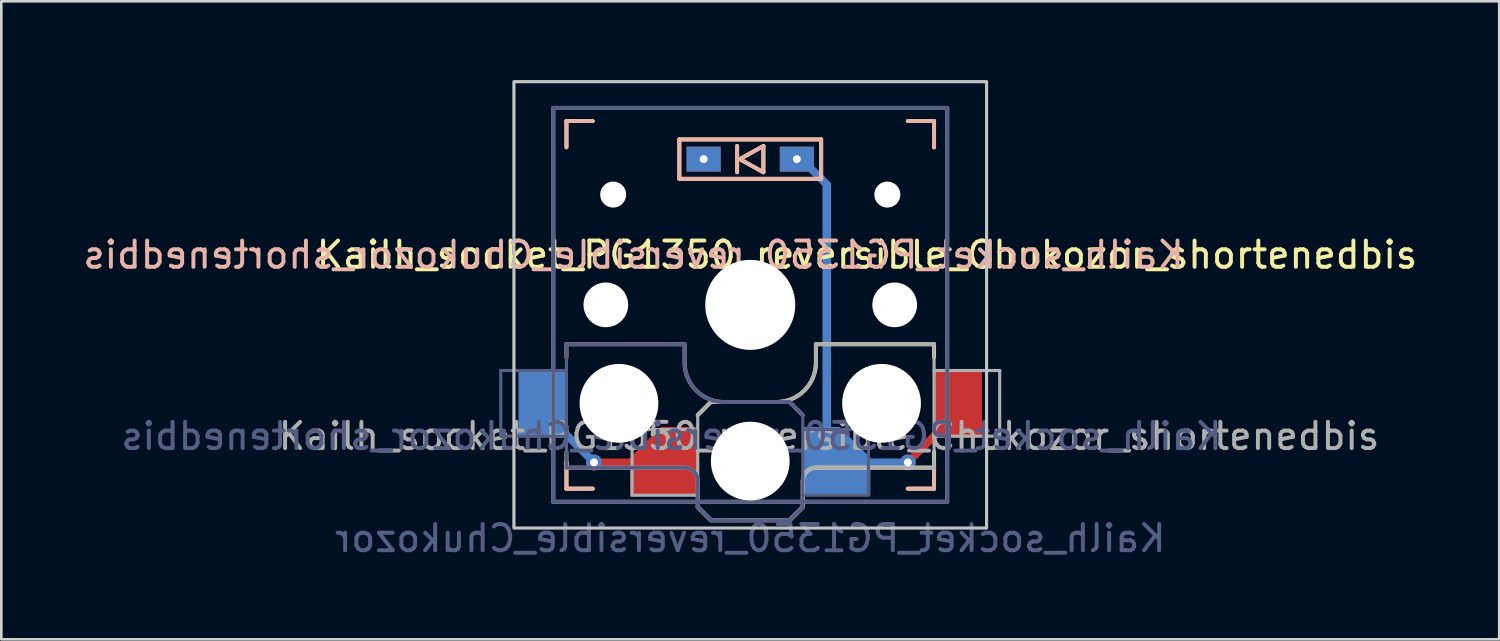
<source format=kicad_pcb>
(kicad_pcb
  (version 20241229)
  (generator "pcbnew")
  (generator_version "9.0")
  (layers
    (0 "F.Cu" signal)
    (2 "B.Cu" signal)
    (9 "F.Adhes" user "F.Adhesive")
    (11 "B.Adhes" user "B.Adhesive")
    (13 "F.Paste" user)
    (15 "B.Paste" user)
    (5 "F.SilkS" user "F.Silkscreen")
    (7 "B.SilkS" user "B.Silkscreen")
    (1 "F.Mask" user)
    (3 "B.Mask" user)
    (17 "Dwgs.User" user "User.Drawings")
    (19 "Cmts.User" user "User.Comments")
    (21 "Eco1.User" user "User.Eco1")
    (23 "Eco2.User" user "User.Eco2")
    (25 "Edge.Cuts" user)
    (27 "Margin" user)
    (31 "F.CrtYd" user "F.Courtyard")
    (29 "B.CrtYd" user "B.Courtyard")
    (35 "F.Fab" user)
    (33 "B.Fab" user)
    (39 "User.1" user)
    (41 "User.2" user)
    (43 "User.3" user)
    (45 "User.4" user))
  (footprint "Kailh_socket_PG1350_reversible_Chukozor_shortenedbis"
    (layer "F.Cu")
    (at 25.522 8.56)
    (property "Reference" "Kailh_socket_PG1350_reversible_Chukozor_shortenedbis" (at 4.445 -1.905 0) (layer "F.SilkS") (effects (font (size 1 1) (thickness 0.15))))
    (property "Value" "Kailh_socket_PG1350_reversible_Chukozor" (at 0 8.89 0) (layer "F.Fab") (hide yes) (effects (font (size 1 1) (thickness 0.15))))
    (attr smd)
    (fp_line (start -7 -7) (end -6 -7) (stroke (width 0.15) (type solid)) (layer "F.SilkS"))
    (fp_line (start -7 -6) (end -7 -7) (stroke (width 0.15) (type solid)) (layer "F.SilkS"))
    (fp_line (start -7 7) (end -7 6) (stroke (width 0.15) (type solid)) (layer "F.SilkS"))
    (fp_line (start -6 7) (end -7 7) (stroke (width 0.15) (type solid)) (layer "F.SilkS"))
    (fp_line (start -2.7 -6.3) (end -2.7 -4.8) (stroke (width 0.15) (type solid)) (layer "F.SilkS"))
    (fp_line (start -2.7 -4.8) (end 2.7 -4.8) (stroke (width 0.15) (type solid)) (layer "F.SilkS"))
    (fp_line (start -2 4.2) (end -1.5 3.7) (stroke (width 0.15) (type solid)) (layer "F.SilkS"))
    (fp_line (start -2 7.7) (end -1.5 8.2) (stroke (width 0.15) (type solid)) (layer "F.SilkS"))
    (fp_line (start -1.5 3.7) (end 1 3.7) (stroke (width 0.15) (type solid)) (layer "F.SilkS"))
    (fp_line (start -1.5 8.2) (end 1.5 8.2) (stroke (width 0.15) (type solid)) (layer "F.SilkS"))
    (fp_line (start -0.5 -6.05) (end -0.5 -5.05) (stroke (width 0.15) (type solid)) (layer "F.SilkS"))
    (fp_line (start -0.4 -5.55) (end 0.5 -6.05) (stroke (width 0.15) (type solid)) (layer "F.SilkS"))
    (fp_line (start 0.5 -6.05) (end 0.5 -5.05) (stroke (width 0.15) (type solid)) (layer "F.SilkS"))
    (fp_line (start 0.5 -5.05) (end -0.4 -5.55) (stroke (width 0.15) (type solid)) (layer "F.SilkS"))
    (fp_line (start 1.5 8.2) (end 2 7.7) (stroke (width 0.15) (type solid)) (layer "F.SilkS"))
    (fp_line (start 2 6.7) (end 2 7.7) (stroke (width 0.15) (type solid)) (layer "F.SilkS"))
    (fp_line (start 2.5 1.5) (end 7 1.5) (stroke (width 0.15) (type solid)) (layer "F.SilkS"))
    (fp_line (start 2.5 2.2) (end 2.5 1.5) (stroke (width 0.15) (type solid)) (layer "F.SilkS"))
    (fp_line (start 2.7 -6.3) (end -2.7 -6.3) (stroke (width 0.15) (type solid)) (layer "F.SilkS"))
    (fp_line (start 2.7 -4.8) (end 2.7 -6.3) (stroke (width 0.15) (type solid)) (layer "F.SilkS"))
    (fp_line (start 6 -7) (end 7 -7) (stroke (width 0.15) (type solid)) (layer "F.SilkS"))
    (fp_line (start 7 -7) (end 7 -6) (stroke (width 0.15) (type solid)) (layer "F.SilkS"))
    (fp_line (start 7 1.5) (end 7 2) (stroke (width 0.15) (type solid)) (layer "F.SilkS"))
    (fp_line (start 7 5.6) (end 7 6.2) (stroke (width 0.15) (type solid)) (layer "F.SilkS"))
    (fp_line (start 7 6) (end 7 7) (stroke (width 0.15) (type solid)) (layer "F.SilkS"))
    (fp_line (start 7 6.2) (end 2.5 6.2) (stroke (width 0.15) (type solid)) (layer "F.SilkS"))
    (fp_line (start 7 7) (end 6 7) (stroke (width 0.15) (type solid)) (layer "F.SilkS"))
    (fp_arc (start 2 6.7) (mid 2.146447 6.346447) (end 2.5 6.2) (stroke (width 0.15) (type solid)) (layer "F.SilkS"))
    (fp_arc (start 2.5 2.2) (mid 2.06066 3.26066) (end 1 3.7) (stroke (width 0.15) (type solid)) (layer "F.SilkS"))
    (fp_line (start -7 -7) (end -6 -7) (stroke (width 0.15) (type solid)) (layer "B.SilkS"))
    (fp_line (start -7 -6) (end -7 -7) (stroke (width 0.15) (type solid)) (layer "B.SilkS"))
    (fp_line (start -7 1.5) (end -7 2) (stroke (width 0.15) (type solid)) (layer "B.SilkS"))
    (fp_line (start -7 5.6) (end -7 6.2) (stroke (width 0.15) (type solid)) (layer "B.SilkS"))
    (fp_line (start -7 6.2) (end -2.5 6.2) (stroke (width 0.15) (type solid)) (layer "B.SilkS"))
    (fp_line (start -7 7) (end -7 6) (stroke (width 0.15) (type solid)) (layer "B.SilkS"))
    (fp_line (start -6 7) (end -7 7) (stroke (width 0.15) (type solid)) (layer "B.SilkS"))
    (fp_line (start -2.7 -6.3) (end -2.7 -4.8) (stroke (width 0.15) (type solid)) (layer "B.SilkS"))
    (fp_line (start -2.7 -4.8) (end 2.7 -4.8) (stroke (width 0.15) (type solid)) (layer "B.SilkS"))
    (fp_line (start -2.5 1.5) (end -7 1.5) (stroke (width 0.15) (type solid)) (layer "B.SilkS"))
    (fp_line (start -2.5 2.2) (end -2.5 1.5) (stroke (width 0.15) (type solid)) (layer "B.SilkS"))
    (fp_line (start -2 6.7) (end -2 7.7) (stroke (width 0.15) (type solid)) (layer "B.SilkS"))
    (fp_line (start -1.5 8.2) (end -2 7.7) (stroke (width 0.15) (type solid)) (layer "B.SilkS"))
    (fp_line (start -0.5 -6.05) (end -0.5 -5.05) (stroke (width 0.15) (type solid)) (layer "B.SilkS"))
    (fp_line (start -0.4 -5.55) (end 0.5 -6.05) (stroke (width 0.15) (type solid)) (layer "B.SilkS"))
    (fp_line (start 0.5 -6.05) (end 0.5 -5.05) (stroke (width 0.15) (type solid)) (layer "B.SilkS"))
    (fp_line (start 0.5 -5.05) (end -0.4 -5.55) (stroke (width 0.15) (type solid)) (layer "B.SilkS"))
    (fp_line (start 1.5 3.7) (end -1 3.7) (stroke (width 0.15) (type solid)) (layer "B.SilkS"))
    (fp_line (start 1.5 8.2) (end -1.5 8.2) (stroke (width 0.15) (type solid)) (layer "B.SilkS"))
    (fp_line (start 2 4.2) (end 1.5 3.7) (stroke (width 0.15) (type solid)) (layer "B.SilkS"))
    (fp_line (start 2 7.7) (end 1.5 8.2) (stroke (width 0.15) (type solid)) (layer "B.SilkS"))
    (fp_line (start 2.7 -6.3) (end -2.7 -6.3) (stroke (width 0.15) (type solid)) (layer "B.SilkS"))
    (fp_line (start 2.7 -4.8) (end 2.7 -6.3) (stroke (width 0.15) (type solid)) (layer "B.SilkS"))
    (fp_line (start 6 -7) (end 7 -7) (stroke (width 0.15) (type solid)) (layer "B.SilkS"))
    (fp_line (start 7 -7) (end 7 -6) (stroke (width 0.15) (type solid)) (layer "B.SilkS"))
    (fp_line (start 7 6) (end 7 7) (stroke (width 0.15) (type solid)) (layer "B.SilkS"))
    (fp_line (start 7 7) (end 6 7) (stroke (width 0.15) (type solid)) (layer "B.SilkS"))
    (fp_arc (start -2.5 6.2) (mid -2.146447 6.346447) (end -2 6.7) (stroke (width 0.15) (type solid)) (layer "B.SilkS"))
    (fp_arc (start -1 3.7) (mid -2.06066 3.26066) (end -2.5 2.2) (stroke (width 0.15) (type solid)) (layer "B.SilkS"))
    (fp_rect (start -9 -8.5) (end 9 8.5) (stroke (width 0.12) (type solid)) (fill no) (layer "Dwgs.User"))
    (fp_line (start -6.9 6.9) (end -6.9 -6.9) (stroke (width 0.15) (type solid)) (layer "Eco2.User"))
    (fp_line (start -6.9 6.9) (end 6.9 6.9) (stroke (width 0.15) (type solid)) (layer "Eco2.User"))
    (fp_line (start -2.6 -3.1) (end -2.6 -6.3) (stroke (width 0.15) (type solid)) (layer "Eco2.User"))
    (fp_line (start -2.6 -3.1) (end 2.6 -3.1) (stroke (width 0.15) (type solid)) (layer "Eco2.User"))
    (fp_line (start 2.6 -6.3) (end -2.6 -6.3) (stroke (width 0.15) (type solid)) (layer "Eco2.User"))
    (fp_line (start 2.6 -3.1) (end 2.6 -6.3) (stroke (width 0.15) (type solid)) (layer "Eco2.User"))
    (fp_line (start 6.9 -6.9) (end -6.9 -6.9) (stroke (width 0.15) (type solid)) (layer "Eco2.User"))
    (fp_line (start 6.9 -6.9) (end 6.9 6.9) (stroke (width 0.15) (type solid)) (layer "Eco2.User"))
    (fp_line (start -9.5 2.5) (end -7 2.5) (stroke (width 0.12) (type solid)) (layer "B.Fab"))
    (fp_line (start -9.5 5) (end -9.5 2.5) (stroke (width 0.12) (type solid)) (layer "B.Fab"))
    (fp_line (start -7.5 -7.5) (end 7.5 -7.5) (stroke (width 0.15) (type solid)) (layer "B.Fab"))
    (fp_line (start -7.5 7.5) (end -7.5 -7.5) (stroke (width 0.15) (type solid)) (layer "B.Fab"))
    (fp_line (start -7 1.5) (end -7 6.2) (stroke (width 0.12) (type solid)) (layer "B.Fab"))
    (fp_line (start -7 5) (end -9.5 5) (stroke (width 0.12) (type solid)) (layer "B.Fab"))
    (fp_line (start -7 6.2) (end -2.5 6.2) (stroke (width 0.15) (type solid)) (layer "B.Fab"))
    (fp_line (start -2.5 1.5) (end -7 1.5) (stroke (width 0.15) (type solid)) (layer "B.Fab"))
    (fp_line (start -2.5 2.2) (end -2.5 1.5) (stroke (width 0.15) (type solid)) (layer "B.Fab"))
    (fp_line (start -2 6.7) (end -2 7.7) (stroke (width 0.15) (type solid)) (layer "B.Fab"))
    (fp_line (start -1.5 8.2) (end -2 7.7) (stroke (width 0.15) (type solid)) (layer "B.Fab"))
    (fp_line (start 1.5 3.7) (end -1 3.7) (stroke (width 0.15) (type solid)) (layer "B.Fab"))
    (fp_line (start 1.5 8.2) (end -1.5 8.2) (stroke (width 0.15) (type solid)) (layer "B.Fab"))
    (fp_line (start 2 4.2) (end 1.5 3.7) (stroke (width 0.15) (type solid)) (layer "B.Fab"))
    (fp_line (start 2 4.25) (end 2 7.7) (stroke (width 0.12) (type solid)) (layer "B.Fab"))
    (fp_line (start 2 4.75) (end 4.5 4.75) (stroke (width 0.12) (type solid)) (layer "B.Fab"))
    (fp_line (start 2 7.7) (end 1.5 8.2) (stroke (width 0.15) (type solid)) (layer "B.Fab"))
    (fp_line (start 4.5 4.75) (end 4.5 7.25) (stroke (width 0.12) (type solid)) (layer "B.Fab"))
    (fp_line (start 4.5 7.25) (end 2 7.25) (stroke (width 0.12) (type solid)) (layer "B.Fab"))
    (fp_line (start 7.5 -7.5) (end 7.5 7.5) (stroke (width 0.15) (type solid)) (layer "B.Fab"))
    (fp_line (start 7.5 7.5) (end -7.5 7.5) (stroke (width 0.15) (type solid)) (layer "B.Fab"))
    (fp_arc (start -2.5 6.2) (mid -2.146447 6.346447) (end -2 6.7) (stroke (width 0.15) (type solid)) (layer "B.Fab"))
    (fp_arc (start -1 3.7) (mid -2.06066 3.26066) (end -2.5 2.2) (stroke (width 0.15) (type solid)) (layer "B.Fab"))
    (fp_line (start -7.5 -7.5) (end 7.5 -7.5) (stroke (width 0.15) (type solid)) (layer "F.Fab"))
    (fp_line (start -7.5 7.5) (end -7.5 -7.5) (stroke (width 0.15) (type solid)) (layer "F.Fab"))
    (fp_line (start -4.5 4.75) (end -4.5 7.25) (stroke (width 0.12) (type solid)) (layer "F.Fab"))
    (fp_line (start -4.5 7.25) (end -2 7.25) (stroke (width 0.12) (type solid)) (layer "F.Fab"))
    (fp_line (start -2 4.2) (end -1.5 3.7) (stroke (width 0.15) (type solid)) (layer "F.Fab"))
    (fp_line (start -2 4.25) (end -2 7.7) (stroke (width 0.12) (type solid)) (layer "F.Fab"))
    (fp_line (start -2 4.75) (end -4.5 4.75) (stroke (width 0.12) (type solid)) (layer "F.Fab"))
    (fp_line (start -2 7.7) (end -1.5 8.2) (stroke (width 0.15) (type solid)) (layer "F.Fab"))
    (fp_line (start -1.5 3.7) (end 1 3.7) (stroke (width 0.15) (type solid)) (layer "F.Fab"))
    (fp_line (start -1.5 8.2) (end 1.5 8.2) (stroke (width 0.15) (type solid)) (layer "F.Fab"))
    (fp_line (start 1.5 8.2) (end 2 7.7) (stroke (width 0.15) (type solid)) (layer "F.Fab"))
    (fp_line (start 2 6.7) (end 2 7.7) (stroke (width 0.15) (type solid)) (layer "F.Fab"))
    (fp_line (start 2.5 1.5) (end 7 1.5) (stroke (width 0.15) (type solid)) (layer "F.Fab"))
    (fp_line (start 2.5 2.2) (end 2.5 1.5) (stroke (width 0.15) (type solid)) (layer "F.Fab"))
    (fp_line (start 7 1.5) (end 7 6.2) (stroke (width 0.12) (type solid)) (layer "F.Fab"))
    (fp_line (start 7 5) (end 9.5 5) (stroke (width 0.12) (type solid)) (layer "F.Fab"))
    (fp_line (start 7 6.2) (end 2.5 6.2) (stroke (width 0.15) (type solid)) (layer "F.Fab"))
    (fp_line (start 7.5 -7.5) (end 7.5 7.5) (stroke (width 0.15) (type solid)) (layer "F.Fab"))
    (fp_line (start 7.5 7.5) (end -7.5 7.5) (stroke (width 0.15) (type solid)) (layer "F.Fab"))
    (fp_line (start 9.5 2.5) (end 7 2.5) (stroke (width 0.12) (type solid)) (layer "F.Fab"))
    (fp_line (start 9.5 5) (end 9.5 2.5) (stroke (width 0.12) (type solid)) (layer "F.Fab"))
    (fp_arc (start 2 6.7) (mid 2.146447 6.346447) (end 2.5 6.2) (stroke (width 0.15) (type solid)) (layer "F.Fab"))
    (fp_arc (start 2.5 2.2) (mid 2.06066 3.26066) (end 1 3.7) (stroke (width 0.15) (type solid)) (layer "F.Fab"))
    (fp_text user "${REFERENCE}" (at -4.445 -1.905 0) (layer "B.SilkS") (effects (font (size 1 1) (thickness 0.15)) (justify mirror)))
    (fp_text user "${VALUE}" (at 0 8.89 0) (layer "B.Fab") (effects (font (size 1 1) (thickness 0.15)) (justify mirror)))
    (fp_text user "${REFERENCE}" (at -3 5 0) (layer "B.Fab") (effects (font (size 1 1) (thickness 0.15)) (justify mirror)))
    (fp_text user "${REFERENCE}" (at 3 5 180) (layer "F.Fab") (effects (font (size 1 1) (thickness 0.15))))
    (pad "" np_thru_hole circle (at -5.5 0) (size 1.702 1.702) (drill 1.702) (layers "*.Cu" "*.Mask"))
    (pad "" np_thru_hole circle (at -5.22 -4.2) (size 0.991 0.991) (drill 0.991) (layers "*.Cu" "*.Mask"))
    (pad "" np_thru_hole circle (at -5 3.75) (size 3 3) (drill 3) (layers "*.Cu" "*.Mask"))
    (pad "" np_thru_hole circle (at 0 0) (size 3.429 3.429) (drill 3.429) (layers "*.Cu" "*.Mask"))
    (pad "" np_thru_hole circle (at 0 5.95) (size 3 3) (drill 3) (layers "*.Cu" "*.Mask"))
    (pad "" np_thru_hole circle (at 5 3.75) (size 3 3) (drill 3) (layers "*.Cu" "*.Mask"))
    (pad "" np_thru_hole circle (at 5.22 -4.2) (size 0.991 0.991) (drill 0.991) (layers "*.Cu" "*.Mask"))
    (pad "" np_thru_hole circle (at 5.5 0) (size 1.702 1.702) (drill 1.702) (layers "*.Cu" "*.Mask"))
    (pad "1" smd rect (at -7.9 3.75) (size 1.85 2.6) (layers "B.Cu" "B.Mask" "B.Paste"))
    (pad "1" smd rect (at -6.7 5.25 315) (size 1.75 0.3) (layers "B.Cu"))
    (pad "1" thru_hole circle (at -5.95 6) (size 0.6 0.6) (drill 0.3) (layers "*.Cu"))
    (pad "1" smd rect (at -5.075 6) (size 1.45 0.3) (layers "F.Cu"))
    (pad "1" smd roundrect (at -3.275 5.95) (size 2.6 2.6) (layers "F.Cu" "F.Mask" "F.Paste") (roundrect_rratio 0) (chamfer_ratio 0.45) (chamfer top_left))
    (pad "2" thru_hole circle (at 1.775 -5.55) (size 0.6 0.6) (drill 0.3) (layers "*.Cu"))
    (pad "2" smd rect (at 1.775 -5.55) (size 1.3 0.95) (layers "F.Cu" "F.Mask" "F.Paste"))
    (pad "2" smd rect (at 1.775 -5.55) (size 1.3 0.95) (layers "B.Cu" "B.Mask" "B.Paste"))
    (pad "2" smd rect (at 2.55 -4.95 315) (size 1.2 0.3) (layers "B.Cu"))
    (pad "2" smd rect (at 2.915 0.572) (size 0.33 10.407) (layers "B.Cu"))
    (pad "2" smd roundrect (at 3.275 5.95) (size 2.6 2.6) (layers "B.Cu" "B.Mask" "B.Paste") (roundrect_rratio 0) (chamfer_ratio 0.45) (chamfer top_right))
    (pad "2" smd rect (at 5.125 6) (size 1.45 0.3) (layers "B.Cu"))
    (pad "2" thru_hole circle (at 6 6) (size 0.6 0.6) (drill 0.3) (layers "*.Cu"))
    (pad "2" smd rect (at 6.75 5.25 45) (size 1.75 0.3) (layers "F.Cu"))
    (pad "2" smd rect (at 7.9 3.75) (size 1.85 2.6) (layers "F.Cu" "F.Mask" "F.Paste"))
    (pad "3" thru_hole circle (at -1.775 -5.55) (size 0.6 0.6) (drill 0.3) (layers "*.Cu"))
    (pad "3" smd rect (at -1.775 -5.55) (size 1.3 0.95) (layers "F.Cu" "F.Mask" "F.Paste"))
    (pad "3" smd rect (at -1.775 -5.55) (size 1.3 0.95) (layers "B.Cu" "B.Mask" "B.Paste")))
  (gr_rect
    (start -3 -3)
    (end 54.045 21.298)
    (stroke (width 0.1) (type default))
    (fill no)
    (layer "Edge.Cuts")))
</source>
